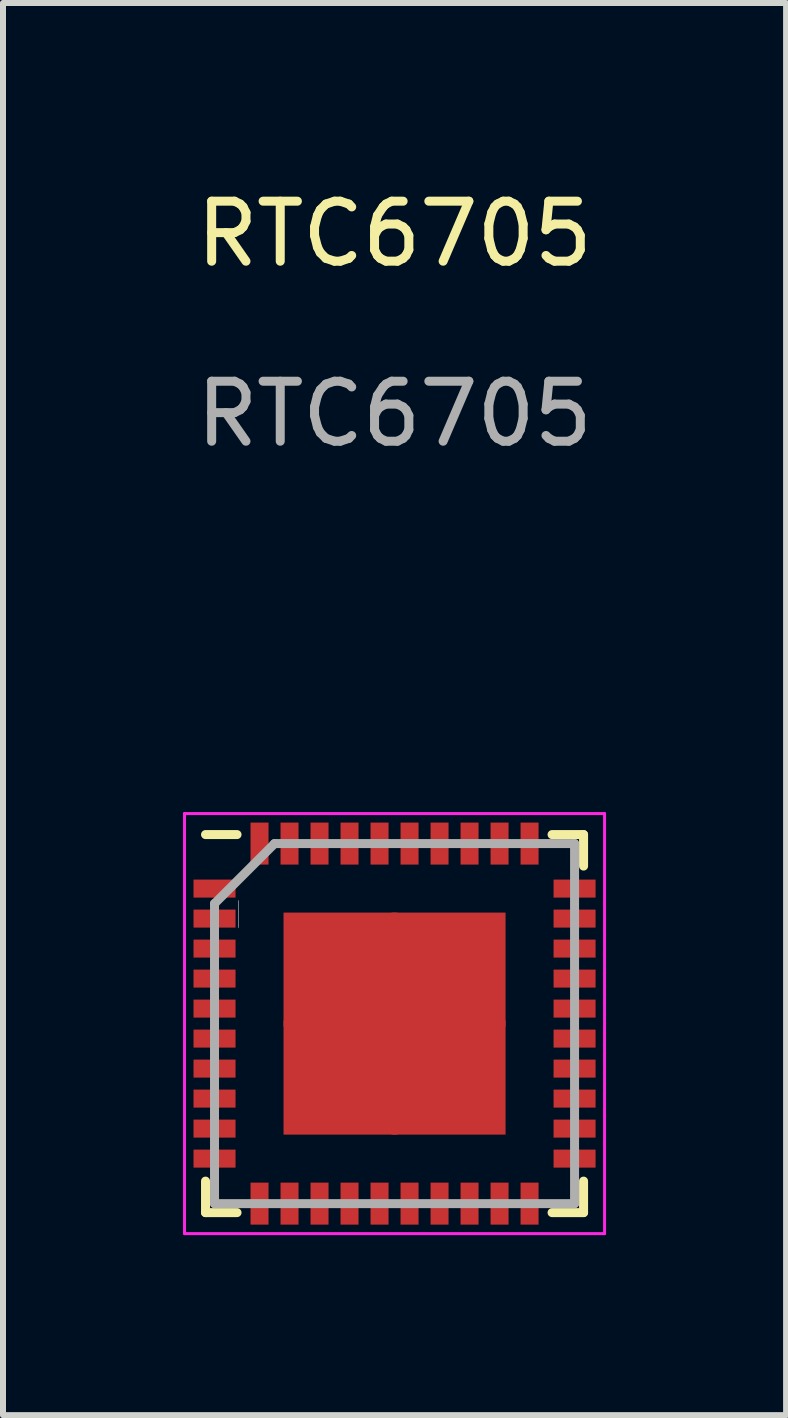
<source format=kicad_pcb>
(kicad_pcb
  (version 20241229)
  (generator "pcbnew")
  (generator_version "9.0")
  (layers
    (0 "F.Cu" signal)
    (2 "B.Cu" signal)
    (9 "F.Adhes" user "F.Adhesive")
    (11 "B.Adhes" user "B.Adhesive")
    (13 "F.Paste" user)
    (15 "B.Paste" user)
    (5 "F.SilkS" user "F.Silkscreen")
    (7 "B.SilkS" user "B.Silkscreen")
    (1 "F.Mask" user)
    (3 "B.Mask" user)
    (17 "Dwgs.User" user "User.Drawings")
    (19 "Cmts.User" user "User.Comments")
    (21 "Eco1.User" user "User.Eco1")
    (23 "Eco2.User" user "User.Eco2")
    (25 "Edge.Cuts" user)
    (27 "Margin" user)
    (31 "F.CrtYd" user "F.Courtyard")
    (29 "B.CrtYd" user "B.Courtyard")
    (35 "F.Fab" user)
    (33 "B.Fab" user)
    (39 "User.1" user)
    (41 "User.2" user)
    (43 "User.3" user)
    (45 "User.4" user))
  (footprint "RTC6705"
    (layer "F.Cu")
    (at 3.525 14.008)
    (property "Reference" "RTC6705" (at 0 -13.16 0) (unlocked yes) (layer "F.SilkS") (effects (font (size 1 1) (thickness 0.15))))
    (attr smd)
    (fp_line (start -3.15 -3.15) (end -2.625 -3.15) (stroke (width 0.15) (type solid)) (layer "F.SilkS"))
    (fp_line (start -3.15 3.15) (end -3.15 2.625) (stroke (width 0.15) (type solid)) (layer "F.SilkS"))
    (fp_line (start -3.15 3.15) (end -2.625 3.15) (stroke (width 0.15) (type solid)) (layer "F.SilkS"))
    (fp_line (start 3.15 -3.15) (end 2.625 -3.15) (stroke (width 0.15) (type solid)) (layer "F.SilkS"))
    (fp_line (start 3.15 -3.15) (end 3.15 -2.625) (stroke (width 0.15) (type solid)) (layer "F.SilkS"))
    (fp_line (start 3.15 3.15) (end 2.625 3.15) (stroke (width 0.15) (type solid)) (layer "F.SilkS"))
    (fp_line (start 3.15 3.15) (end 3.15 2.625) (stroke (width 0.15) (type solid)) (layer "F.SilkS"))
    (fp_line (start -2.6 -2.05) (end -2.6 -1.6) (stroke (width 0.01) (type solid)) (layer "Dwgs.User"))
    (fp_line (start -3.5 -3.5) (end -3.5 3.5) (stroke (width 0.05) (type solid)) (layer "F.CrtYd"))
    (fp_line (start -3.5 -3.5) (end 3.5 -3.5) (stroke (width 0.05) (type solid)) (layer "F.CrtYd"))
    (fp_line (start -3.5 3.5) (end 3.5 3.5) (stroke (width 0.05) (type solid)) (layer "F.CrtYd"))
    (fp_line (start 3.5 -3.5) (end 3.5 3.5) (stroke (width 0.05) (type solid)) (layer "F.CrtYd"))
    (fp_line (start -3 -2) (end -2 -3) (stroke (width 0.15) (type solid)) (layer "F.Fab"))
    (fp_line (start -3 3) (end -3 -2) (stroke (width 0.15) (type solid)) (layer "F.Fab"))
    (fp_line (start -2 -3) (end 3 -3) (stroke (width 0.15) (type solid)) (layer "F.Fab"))
    (fp_line (start 3 -3) (end 3 3) (stroke (width 0.15) (type solid)) (layer "F.Fab"))
    (fp_line (start 3 3) (end -3 3) (stroke (width 0.15) (type solid)) (layer "F.Fab"))
    (fp_text user "${REFERENCE}" (at 0 -10.16 0) (unlocked yes) (layer "F.Fab") (effects (font (size 1 1) (thickness 0.15))))
    (pad "1" smd rect (at -3 -2.25) (size 0.7 0.3) (layers "F.Cu" "F.Mask" "F.Paste"))
    (pad "2" smd rect (at -3 -1.75) (size 0.7 0.3) (layers "F.Cu" "F.Mask" "F.Paste"))
    (pad "3" smd rect (at -3 -1.25) (size 0.7 0.3) (layers "F.Cu" "F.Mask" "F.Paste"))
    (pad "4" smd rect (at -3 -0.75) (size 0.7 0.3) (layers "F.Cu" "F.Mask" "F.Paste"))
    (pad "5" smd rect (at -3 -0.25) (size 0.7 0.3) (layers "F.Cu" "F.Mask" "F.Paste"))
    (pad "6" smd rect (at -3 0.25) (size 0.7 0.3) (layers "F.Cu" "F.Mask" "F.Paste"))
    (pad "7" smd rect (at -3 0.75) (size 0.7 0.3) (layers "F.Cu" "F.Mask" "F.Paste"))
    (pad "8" smd rect (at -3 1.25) (size 0.7 0.3) (layers "F.Cu" "F.Mask" "F.Paste"))
    (pad "9" smd rect (at -3 1.75) (size 0.7 0.3) (layers "F.Cu" "F.Mask" "F.Paste"))
    (pad "10" smd rect (at -3 2.25) (size 0.7 0.3) (layers "F.Cu" "F.Mask" "F.Paste"))
    (pad "11" smd rect (at -2.25 3 90) (size 0.7 0.3) (layers "F.Cu" "F.Mask" "F.Paste"))
    (pad "12" smd rect (at -1.75 3 90) (size 0.7 0.3) (layers "F.Cu" "F.Mask" "F.Paste"))
    (pad "13" smd rect (at -1.25 3 90) (size 0.7 0.3) (layers "F.Cu" "F.Mask" "F.Paste"))
    (pad "14" smd rect (at -0.75 3 90) (size 0.7 0.3) (layers "F.Cu" "F.Mask" "F.Paste"))
    (pad "15" smd rect (at -0.25 3 90) (size 0.7 0.3) (layers "F.Cu" "F.Mask" "F.Paste"))
    (pad "16" smd rect (at 0.25 3 90) (size 0.7 0.3) (layers "F.Cu" "F.Mask" "F.Paste"))
    (pad "17" smd rect (at 0.75 3 90) (size 0.7 0.3) (layers "F.Cu" "F.Mask" "F.Paste"))
    (pad "18" smd rect (at 1.25 3 90) (size 0.7 0.3) (layers "F.Cu" "F.Mask" "F.Paste"))
    (pad "19" smd rect (at 1.75 3 90) (size 0.7 0.3) (layers "F.Cu" "F.Mask" "F.Paste"))
    (pad "20" smd rect (at 2.25 3 90) (size 0.7 0.3) (layers "F.Cu" "F.Mask" "F.Paste"))
    (pad "21" smd rect (at 3 2.25) (size 0.7 0.3) (layers "F.Cu" "F.Mask" "F.Paste"))
    (pad "22" smd rect (at 3 1.75) (size 0.7 0.3) (layers "F.Cu" "F.Mask" "F.Paste"))
    (pad "23" smd rect (at 3 1.25) (size 0.7 0.3) (layers "F.Cu" "F.Mask" "F.Paste"))
    (pad "24" smd rect (at 3 0.75) (size 0.7 0.3) (layers "F.Cu" "F.Mask" "F.Paste"))
    (pad "25" smd rect (at 3 0.25) (size 0.7 0.3) (layers "F.Cu" "F.Mask" "F.Paste"))
    (pad "26" smd rect (at 3 -0.25) (size 0.7 0.3) (layers "F.Cu" "F.Mask" "F.Paste"))
    (pad "27" smd rect (at 3 -0.75) (size 0.7 0.3) (layers "F.Cu" "F.Mask" "F.Paste"))
    (pad "28" smd rect (at 3 -1.25) (size 0.7 0.3) (layers "F.Cu" "F.Mask" "F.Paste"))
    (pad "29" smd rect (at 3 -1.75) (size 0.7 0.3) (layers "F.Cu" "F.Mask" "F.Paste"))
    (pad "30" smd rect (at 3 -2.25) (size 0.7 0.3) (layers "F.Cu" "F.Mask" "F.Paste"))
    (pad "31" smd rect (at 2.25 -3 90) (size 0.7 0.3) (layers "F.Cu" "F.Mask" "F.Paste"))
    (pad "32" smd rect (at 1.75 -3 90) (size 0.7 0.3) (layers "F.Cu" "F.Mask" "F.Paste"))
    (pad "33" smd rect (at 1.25 -3 90) (size 0.7 0.3) (layers "F.Cu" "F.Mask" "F.Paste"))
    (pad "34" smd rect (at 0.75 -3 90) (size 0.7 0.3) (layers "F.Cu" "F.Mask" "F.Paste"))
    (pad "35" smd rect (at 0.25 -3 90) (size 0.7 0.3) (layers "F.Cu" "F.Mask" "F.Paste"))
    (pad "36" smd rect (at -0.25 -3 90) (size 0.7 0.3) (layers "F.Cu" "F.Mask" "F.Paste"))
    (pad "37" smd rect (at -0.75 -3 90) (size 0.7 0.3) (layers "F.Cu" "F.Mask" "F.Paste"))
    (pad "38" smd rect (at -1.25 -3 90) (size 0.7 0.3) (layers "F.Cu" "F.Mask" "F.Paste"))
    (pad "39" smd rect (at -1.75 -3 90) (size 0.7 0.3) (layers "F.Cu" "F.Mask" "F.Paste"))
    (pad "40" smd rect (at -2.25 -3 90) (size 0.7 0.3) (layers "F.Cu" "F.Mask" "F.Paste"))
    (pad "41" smd rect (at -0.9 -0.9) (size 1.9 1.9) (layers "F.Cu" "F.Mask" "F.Paste"))
    (pad "41" smd rect (at -0.9 0.9) (size 1.9 1.9) (layers "F.Cu" "F.Mask" "F.Paste"))
    (pad "41" smd rect (at 0.9 -0.9) (size 1.9 1.9) (layers "F.Cu" "F.Mask" "F.Paste"))
    (pad "41" smd rect (at 0.9 0.9) (size 1.9 1.9) (layers "F.Cu" "F.Mask" "F.Paste")))
  (gr_rect
    (start -3 -3)
    (end 10.05 20.533)
    (stroke (width 0.1) (type default))
    (fill no)
    (layer "Edge.Cuts")))
</source>
